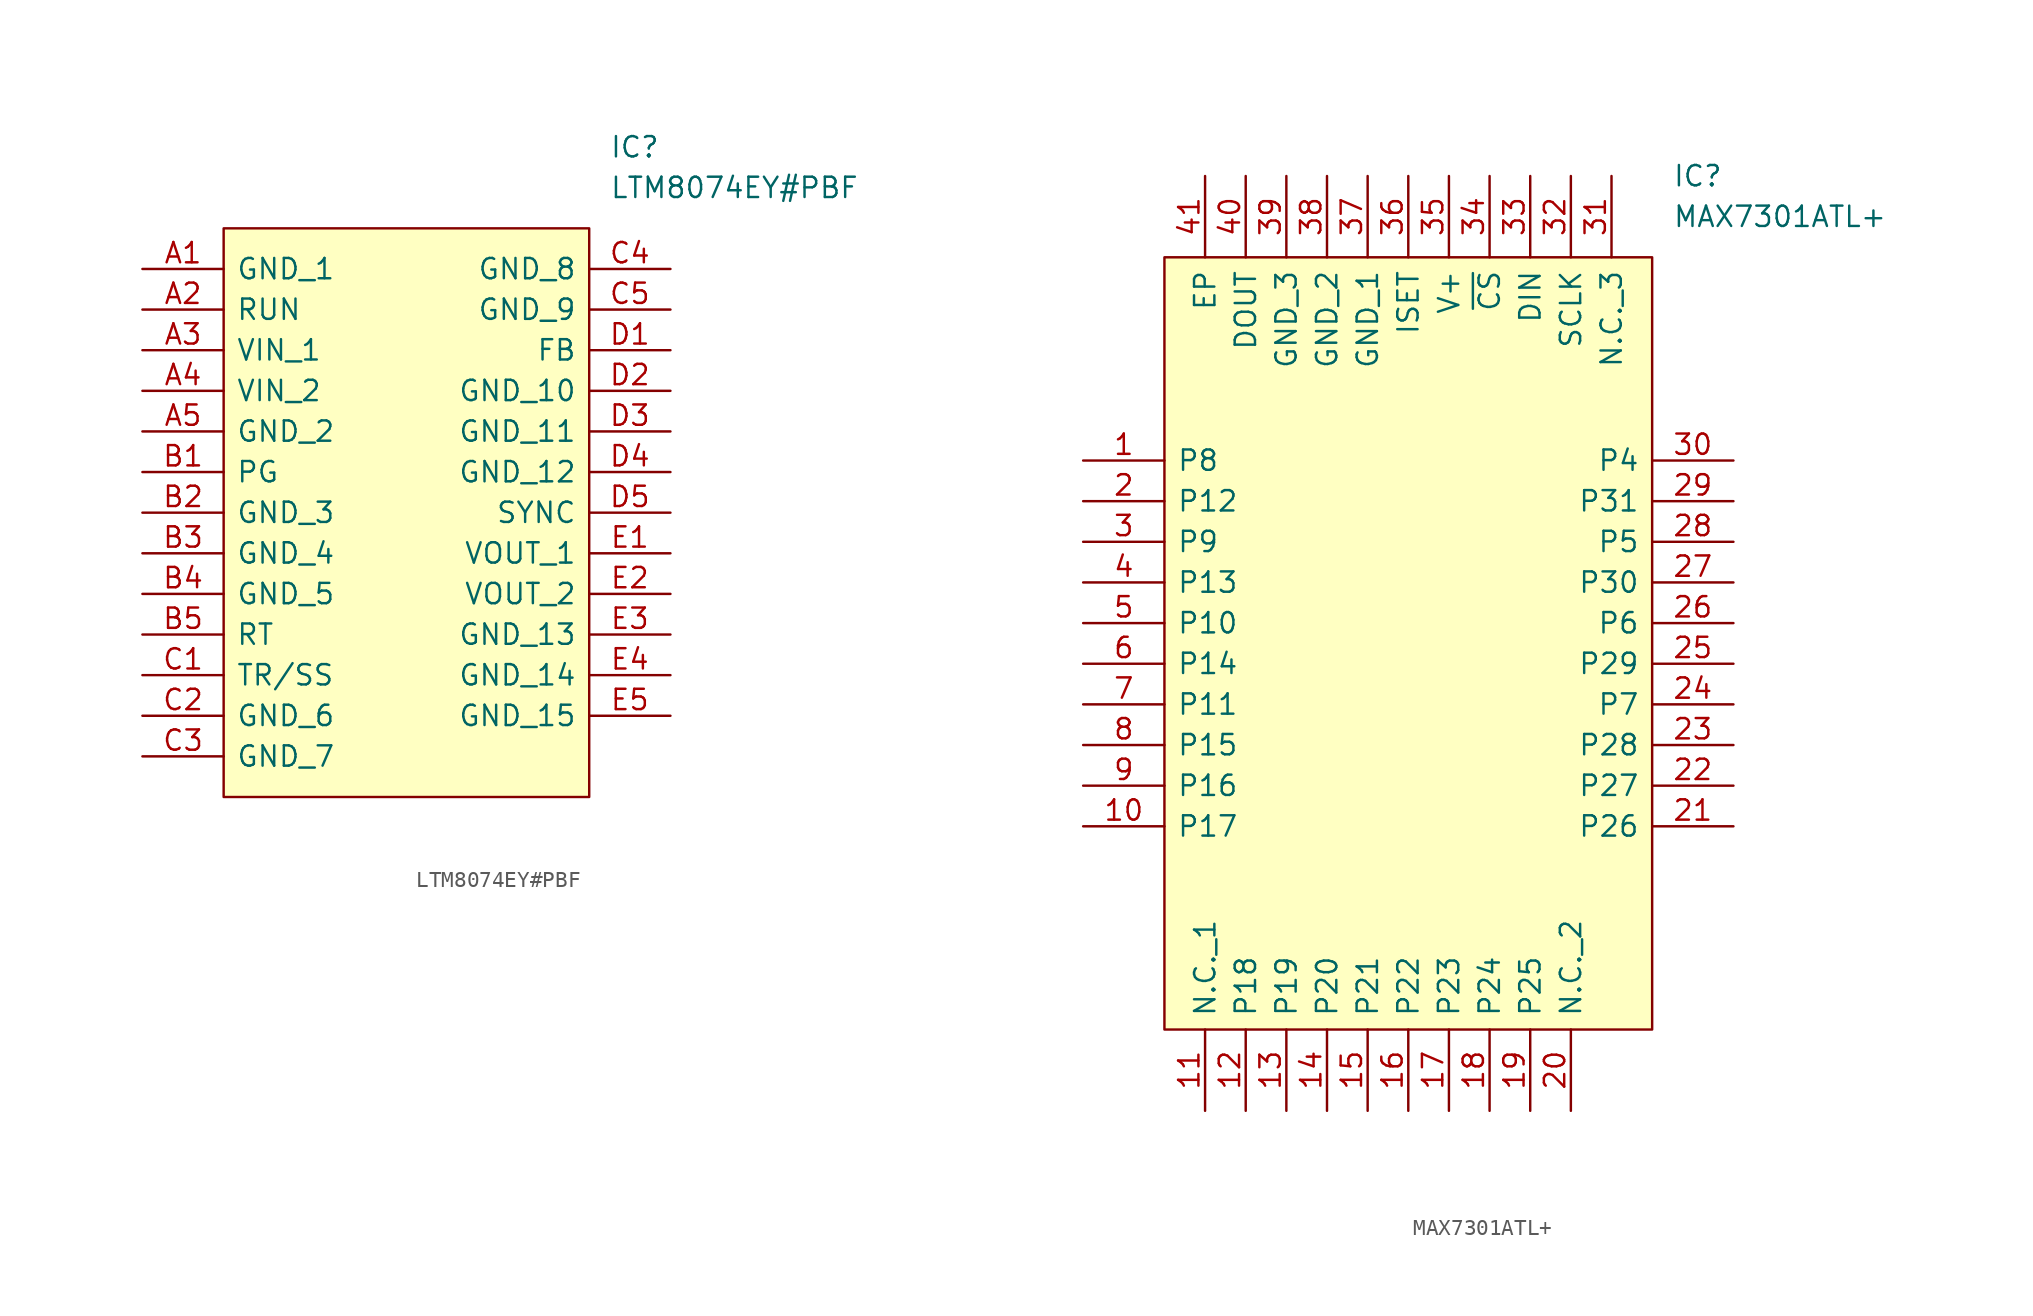
<source format=kicad_sym>
(kicad_symbol_lib
  (version 20220914)
  (generator kicad_symbol_editor)
  (symbol "LTM8074EY#PBF"
    (pin_names
      (offset 0.762))
    (property "Reference" "IC"
      (at 29.21 7.62 0)
      (effects (font (size 1.27 1.27)) (justify left)))
    (property "Value" "LTM8074EY#PBF"
      (at 29.21 5.08 0)
      (effects (font (size 1.27 1.27)) (justify left)))
    (symbol "LTM8074EY#PBF_0_0"
      (pin passive line (at 0 0 0) (length 5.08) (name "GND_1" (effects (font (size 1.27 1.27)))) (number "A1" (effects (font (size 1.27 1.27)))))
      (pin passive line (at 0 -2.54 0) (length 5.08) (name "RUN" (effects (font (size 1.27 1.27)))) (number "A2" (effects (font (size 1.27 1.27)))))
      (pin passive line (at 0 -5.08 0) (length 5.08) (name "VIN_1" (effects (font (size 1.27 1.27)))) (number "A3" (effects (font (size 1.27 1.27)))))
      (pin passive line (at 0 -7.62 0) (length 5.08) (name "VIN_2" (effects (font (size 1.27 1.27)))) (number "A4" (effects (font (size 1.27 1.27)))))
      (pin passive line (at 0 -10.16 0) (length 5.08) (name "GND_2" (effects (font (size 1.27 1.27)))) (number "A5" (effects (font (size 1.27 1.27)))))
      (pin passive line (at 0 -12.7 0) (length 5.08) (name "PG" (effects (font (size 1.27 1.27)))) (number "B1" (effects (font (size 1.27 1.27)))))
      (pin passive line (at 0 -15.24 0) (length 5.08) (name "GND_3" (effects (font (size 1.27 1.27)))) (number "B2" (effects (font (size 1.27 1.27)))))
      (pin passive line (at 0 -17.78 0) (length 5.08) (name "GND_4" (effects (font (size 1.27 1.27)))) (number "B3" (effects (font (size 1.27 1.27)))))
      (pin passive line (at 0 -20.32 0) (length 5.08) (name "GND_5" (effects (font (size 1.27 1.27)))) (number "B4" (effects (font (size 1.27 1.27)))))
      (pin passive line (at 0 -22.86 0) (length 5.08) (name "RT" (effects (font (size 1.27 1.27)))) (number "B5" (effects (font (size 1.27 1.27)))))
      (pin passive line (at 0 -25.4 0) (length 5.08) (name "TR/SS" (effects (font (size 1.27 1.27)))) (number "C1" (effects (font (size 1.27 1.27)))))
      (pin passive line (at 0 -27.94 0) (length 5.08) (name "GND_6" (effects (font (size 1.27 1.27)))) (number "C2" (effects (font (size 1.27 1.27)))))
      (pin passive line (at 0 -30.48 0) (length 5.08) (name "GND_7" (effects (font (size 1.27 1.27)))) (number "C3" (effects (font (size 1.27 1.27)))))
      (pin passive line (at 33.02 0 180) (length 5.08) (name "GND_8" (effects (font (size 1.27 1.27)))) (number "C4" (effects (font (size 1.27 1.27)))))
      (pin passive line (at 33.02 -2.54 180) (length 5.08) (name "GND_9" (effects (font (size 1.27 1.27)))) (number "C5" (effects (font (size 1.27 1.27)))))
      (pin passive line (at 33.02 -5.08 180) (length 5.08) (name "FB" (effects (font (size 1.27 1.27)))) (number "D1" (effects (font (size 1.27 1.27)))))
      (pin passive line (at 33.02 -7.62 180) (length 5.08) (name "GND_10" (effects (font (size 1.27 1.27)))) (number "D2" (effects (font (size 1.27 1.27)))))
      (pin passive line (at 33.02 -10.16 180) (length 5.08) (name "GND_11" (effects (font (size 1.27 1.27)))) (number "D3" (effects (font (size 1.27 1.27)))))
      (pin passive line (at 33.02 -12.7 180) (length 5.08) (name "GND_12" (effects (font (size 1.27 1.27)))) (number "D4" (effects (font (size 1.27 1.27)))))
      (pin passive line (at 33.02 -15.24 180) (length 5.08) (name "SYNC" (effects (font (size 1.27 1.27)))) (number "D5" (effects (font (size 1.27 1.27)))))
      (pin passive line (at 33.02 -17.78 180) (length 5.08) (name "VOUT_1" (effects (font (size 1.27 1.27)))) (number "E1" (effects (font (size 1.27 1.27)))))
      (pin passive line (at 33.02 -20.32 180) (length 5.08) (name "VOUT_2" (effects (font (size 1.27 1.27)))) (number "E2" (effects (font (size 1.27 1.27)))))
      (pin passive line (at 33.02 -22.86 180) (length 5.08) (name "GND_13" (effects (font (size 1.27 1.27)))) (number "E3" (effects (font (size 1.27 1.27)))))
      (pin passive line (at 33.02 -25.4 180) (length 5.08) (name "GND_14" (effects (font (size 1.27 1.27)))) (number "E4" (effects (font (size 1.27 1.27)))))
      (pin passive line (at 33.02 -27.94 180) (length 5.08) (name "GND_15" (effects (font (size 1.27 1.27)))) (number "E5" (effects (font (size 1.27 1.27))))))
    (symbol "LTM8074EY#PBF_1_1"
      (polyline (pts (xy 5.08 2.54) (xy 27.94 2.54) (xy 27.94 -33.02) (xy 5.08 -33.02) (xy 5.08 2.54)) (stroke (width 0.152) (type solid)) (fill (type background)))))
  (symbol "MAX7301ATL+"
    (pin_names
      (offset 0.762))
    (property "Reference" "IC"
      (at 36.83 17.78 0)
      (effects (font (size 1.27 1.27)) (justify left)))
    (property "Value" "MAX7301ATL+"
      (at 36.83 15.24 0)
      (effects (font (size 1.27 1.27)) (justify left)))
    (symbol "MAX7301ATL+_0_0"
      (pin passive line (at 0 0 0) (length 5.08) (name "P8" (effects (font (size 1.27 1.27)))) (number "1" (effects (font (size 1.27 1.27)))))
      (pin passive line (at 0 -22.86 0) (length 5.08) (name "P17" (effects (font (size 1.27 1.27)))) (number "10" (effects (font (size 1.27 1.27)))))
      (pin passive line (at 7.62 -40.64 90) (length 5.08) (name "N.C._1" (effects (font (size 1.27 1.27)))) (number "11" (effects (font (size 1.27 1.27)))))
      (pin passive line (at 10.16 -40.64 90) (length 5.08) (name "P18" (effects (font (size 1.27 1.27)))) (number "12" (effects (font (size 1.27 1.27)))))
      (pin passive line (at 12.7 -40.64 90) (length 5.08) (name "P19" (effects (font (size 1.27 1.27)))) (number "13" (effects (font (size 1.27 1.27)))))
      (pin passive line (at 15.24 -40.64 90) (length 5.08) (name "P20" (effects (font (size 1.27 1.27)))) (number "14" (effects (font (size 1.27 1.27)))))
      (pin passive line (at 17.78 -40.64 90) (length 5.08) (name "P21" (effects (font (size 1.27 1.27)))) (number "15" (effects (font (size 1.27 1.27)))))
      (pin passive line (at 20.32 -40.64 90) (length 5.08) (name "P22" (effects (font (size 1.27 1.27)))) (number "16" (effects (font (size 1.27 1.27)))))
      (pin passive line (at 22.86 -40.64 90) (length 5.08) (name "P23" (effects (font (size 1.27 1.27)))) (number "17" (effects (font (size 1.27 1.27)))))
      (pin passive line (at 25.4 -40.64 90) (length 5.08) (name "P24" (effects (font (size 1.27 1.27)))) (number "18" (effects (font (size 1.27 1.27)))))
      (pin passive line (at 27.94 -40.64 90) (length 5.08) (name "P25" (effects (font (size 1.27 1.27)))) (number "19" (effects (font (size 1.27 1.27)))))
      (pin passive line (at 0 -2.54 0) (length 5.08) (name "P12" (effects (font (size 1.27 1.27)))) (number "2" (effects (font (size 1.27 1.27)))))
      (pin passive line (at 30.48 -40.64 90) (length 5.08) (name "N.C._2" (effects (font (size 1.27 1.27)))) (number "20" (effects (font (size 1.27 1.27)))))
      (pin passive line (at 40.64 -22.86 180) (length 5.08) (name "P26" (effects (font (size 1.27 1.27)))) (number "21" (effects (font (size 1.27 1.27)))))
      (pin passive line (at 40.64 -20.32 180) (length 5.08) (name "P27" (effects (font (size 1.27 1.27)))) (number "22" (effects (font (size 1.27 1.27)))))
      (pin passive line (at 40.64 -17.78 180) (length 5.08) (name "P28" (effects (font (size 1.27 1.27)))) (number "23" (effects (font (size 1.27 1.27)))))
      (pin passive line (at 40.64 -15.24 180) (length 5.08) (name "P7" (effects (font (size 1.27 1.27)))) (number "24" (effects (font (size 1.27 1.27)))))
      (pin passive line (at 40.64 -12.7 180) (length 5.08) (name "P29" (effects (font (size 1.27 1.27)))) (number "25" (effects (font (size 1.27 1.27)))))
      (pin passive line (at 40.64 -10.16 180) (length 5.08) (name "P6" (effects (font (size 1.27 1.27)))) (number "26" (effects (font (size 1.27 1.27)))))
      (pin passive line (at 40.64 -7.62 180) (length 5.08) (name "P30" (effects (font (size 1.27 1.27)))) (number "27" (effects (font (size 1.27 1.27)))))
      (pin passive line (at 40.64 -5.08 180) (length 5.08) (name "P5" (effects (font (size 1.27 1.27)))) (number "28" (effects (font (size 1.27 1.27)))))
      (pin passive line (at 40.64 -2.54 180) (length 5.08) (name "P31" (effects (font (size 1.27 1.27)))) (number "29" (effects (font (size 1.27 1.27)))))
      (pin passive line (at 0 -5.08 0) (length 5.08) (name "P9" (effects (font (size 1.27 1.27)))) (number "3" (effects (font (size 1.27 1.27)))))
      (pin passive line (at 40.64 0 180) (length 5.08) (name "P4" (effects (font (size 1.27 1.27)))) (number "30" (effects (font (size 1.27 1.27)))))
      (pin passive line (at 33.02 17.78 270) (length 5.08) (name "N.C._3" (effects (font (size 1.27 1.27)))) (number "31" (effects (font (size 1.27 1.27)))))
      (pin passive line (at 30.48 17.78 270) (length 5.08) (name "SCLK" (effects (font (size 1.27 1.27)))) (number "32" (effects (font (size 1.27 1.27)))))
      (pin passive line (at 27.94 17.78 270) (length 5.08) (name "DIN" (effects (font (size 1.27 1.27)))) (number "33" (effects (font (size 1.27 1.27)))))
      (pin passive line (at 25.4 17.78 270) (length 5.08) (name "~{CS}" (effects (font (size 1.27 1.27)))) (number "34" (effects (font (size 1.27 1.27)))))
      (pin passive line (at 22.86 17.78 270) (length 5.08) (name "V+" (effects (font (size 1.27 1.27)))) (number "35" (effects (font (size 1.27 1.27)))))
      (pin passive line (at 20.32 17.78 270) (length 5.08) (name "ISET" (effects (font (size 1.27 1.27)))) (number "36" (effects (font (size 1.27 1.27)))))
      (pin passive line (at 17.78 17.78 270) (length 5.08) (name "GND_1" (effects (font (size 1.27 1.27)))) (number "37" (effects (font (size 1.27 1.27)))))
      (pin passive line (at 15.24 17.78 270) (length 5.08) (name "GND_2" (effects (font (size 1.27 1.27)))) (number "38" (effects (font (size 1.27 1.27)))))
      (pin passive line (at 12.7 17.78 270) (length 5.08) (name "GND_3" (effects (font (size 1.27 1.27)))) (number "39" (effects (font (size 1.27 1.27)))))
      (pin passive line (at 0 -7.62 0) (length 5.08) (name "P13" (effects (font (size 1.27 1.27)))) (number "4" (effects (font (size 1.27 1.27)))))
      (pin passive line (at 10.16 17.78 270) (length 5.08) (name "DOUT" (effects (font (size 1.27 1.27)))) (number "40" (effects (font (size 1.27 1.27)))))
      (pin passive line (at 7.62 17.78 270) (length 5.08) (name "EP" (effects (font (size 1.27 1.27)))) (number "41" (effects (font (size 1.27 1.27)))))
      (pin passive line (at 0 -10.16 0) (length 5.08) (name "P10" (effects (font (size 1.27 1.27)))) (number "5" (effects (font (size 1.27 1.27)))))
      (pin passive line (at 0 -12.7 0) (length 5.08) (name "P14" (effects (font (size 1.27 1.27)))) (number "6" (effects (font (size 1.27 1.27)))))
      (pin passive line (at 0 -15.24 0) (length 5.08) (name "P11" (effects (font (size 1.27 1.27)))) (number "7" (effects (font (size 1.27 1.27)))))
      (pin passive line (at 0 -17.78 0) (length 5.08) (name "P15" (effects (font (size 1.27 1.27)))) (number "8" (effects (font (size 1.27 1.27)))))
      (pin passive line (at 0 -20.32 0) (length 5.08) (name "P16" (effects (font (size 1.27 1.27)))) (number "9" (effects (font (size 1.27 1.27))))))
    (symbol "MAX7301ATL+_1_1"
      (polyline (pts (xy 5.08 12.7) (xy 35.56 12.7) (xy 35.56 -35.56) (xy 5.08 -35.56) (xy 5.08 12.7)) (stroke (width 0.152) (type solid)) (fill (type background))))))
</source>
